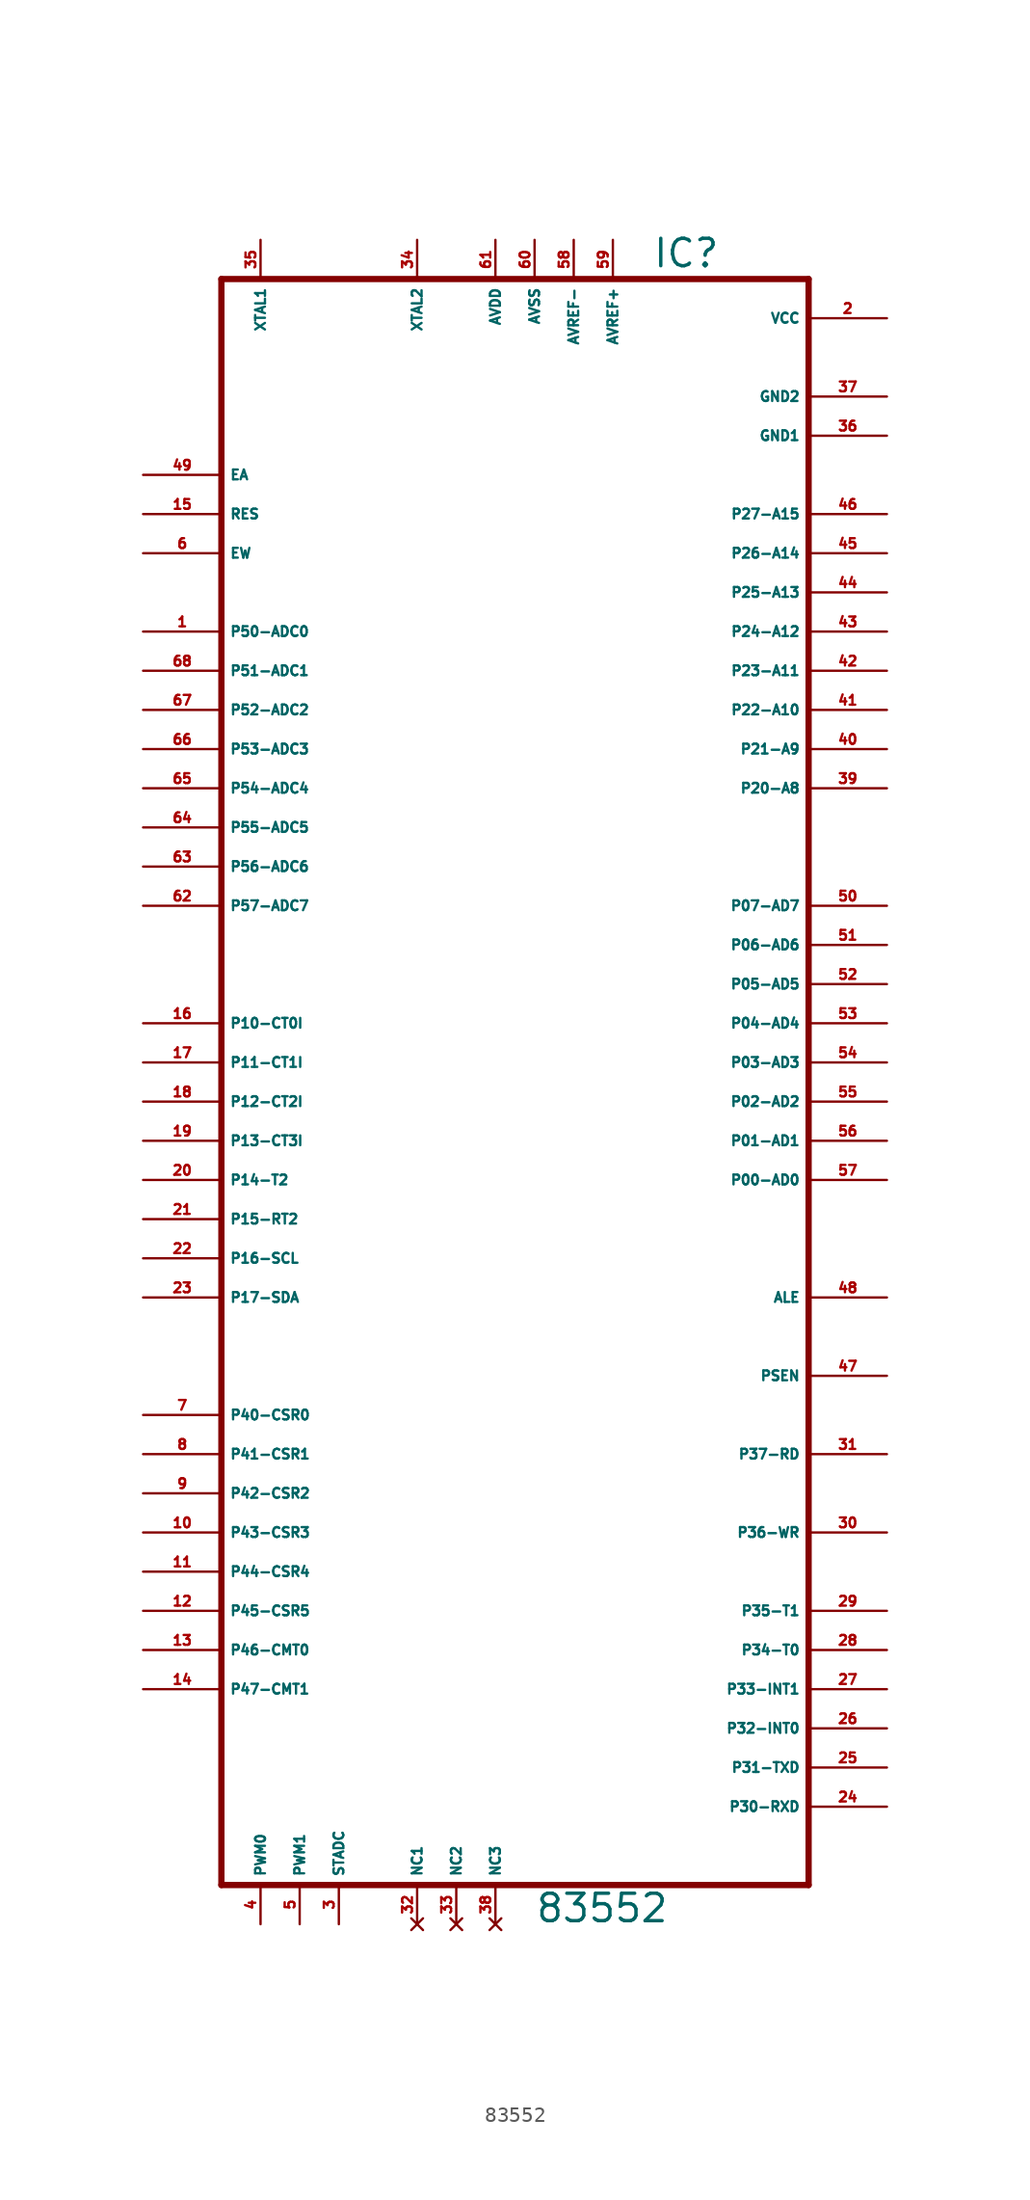
<source format=kicad_sym>
(kicad_symbol_lib
  (version 20220914)
  (generator Eagle2Kicad)
  (symbol "83552"
    (property "Reference" "IC"
      (at 10.16 48.895 0)
      (effects (font (size 1.778 1.778) (thickness 0.22)) (justify left bottom)))
    (property "Value" "83552"
      (at 2.54 -58.42 0)
      (effects (font (size 1.778 1.778) (thickness 0.22)) (justify left bottom)))
    (polyline
      (pts (xy 20.32 48.26) (xy 20.32 -55.88))
      (stroke (width 0.406) (type default))
      (fill (type none)))
    (polyline
      (pts (xy -17.78 -55.88) (xy 20.32 -55.88))
      (stroke (width 0.406) (type default))
      (fill (type none)))
    (polyline
      (pts (xy -17.78 -55.88) (xy -17.78 48.26))
      (stroke (width 0.406) (type default))
      (fill (type none)))
    (polyline
      (pts (xy 20.32 48.26) (xy -17.78 48.26))
      (stroke (width 0.406) (type default))
      (fill (type none)))
    (pin input line
      (at -5.08 50.8 270)
      (length 2.54)
      (name "XTAL2" (effects (font (size 0.635 0.635) (thickness 0.08)) (justify left bottom)))
      (number "34" (effects (font (size 0.635 0.635) (thickness 0.08)) (justify left bottom))))
    (pin input line
      (at -15.24 50.8 270)
      (length 2.54)
      (name "XTAL1" (effects (font (size 0.635 0.635) (thickness 0.08)) (justify left bottom)))
      (number "35" (effects (font (size 0.635 0.635) (thickness 0.08)) (justify left bottom))))
    (pin input line
      (at -22.86 35.56 0)
      (length 5.08)
      (name "EA" (effects (font (size 0.635 0.635) (thickness 0.08)) (justify left bottom)))
      (number "49" (effects (font (size 0.635 0.635) (thickness 0.08)) (justify left bottom))))
    (pin bidirectional line
      (at 25.4 33.02 180)
      (length 5.08)
      (name "P27-A15" (effects (font (size 0.635 0.635) (thickness 0.08)) (justify left bottom)))
      (number "46" (effects (font (size 0.635 0.635) (thickness 0.08)) (justify left bottom))))
    (pin bidirectional line
      (at 25.4 30.48 180)
      (length 5.08)
      (name "P26-A14" (effects (font (size 0.635 0.635) (thickness 0.08)) (justify left bottom)))
      (number "45" (effects (font (size 0.635 0.635) (thickness 0.08)) (justify left bottom))))
    (pin bidirectional line
      (at 25.4 27.94 180)
      (length 5.08)
      (name "P25-A13" (effects (font (size 0.635 0.635) (thickness 0.08)) (justify left bottom)))
      (number "44" (effects (font (size 0.635 0.635) (thickness 0.08)) (justify left bottom))))
    (pin bidirectional line
      (at 25.4 25.4 180)
      (length 5.08)
      (name "P24-A12" (effects (font (size 0.635 0.635) (thickness 0.08)) (justify left bottom)))
      (number "43" (effects (font (size 0.635 0.635) (thickness 0.08)) (justify left bottom))))
    (pin bidirectional line
      (at 25.4 22.86 180)
      (length 5.08)
      (name "P23-A11" (effects (font (size 0.635 0.635) (thickness 0.08)) (justify left bottom)))
      (number "42" (effects (font (size 0.635 0.635) (thickness 0.08)) (justify left bottom))))
    (pin bidirectional line
      (at 25.4 20.32 180)
      (length 5.08)
      (name "P22-A10" (effects (font (size 0.635 0.635) (thickness 0.08)) (justify left bottom)))
      (number "41" (effects (font (size 0.635 0.635) (thickness 0.08)) (justify left bottom))))
    (pin bidirectional line
      (at 25.4 17.78 180)
      (length 5.08)
      (name "P21-A9" (effects (font (size 0.635 0.635) (thickness 0.08)) (justify left bottom)))
      (number "40" (effects (font (size 0.635 0.635) (thickness 0.08)) (justify left bottom))))
    (pin bidirectional line
      (at 25.4 15.24 180)
      (length 5.08)
      (name "P20-A8" (effects (font (size 0.635 0.635) (thickness 0.08)) (justify left bottom)))
      (number "39" (effects (font (size 0.635 0.635) (thickness 0.08)) (justify left bottom))))
    (pin bidirectional line
      (at 25.4 7.62 180)
      (length 5.08)
      (name "P07-AD7" (effects (font (size 0.635 0.635) (thickness 0.08)) (justify left bottom)))
      (number "50" (effects (font (size 0.635 0.635) (thickness 0.08)) (justify left bottom))))
    (pin bidirectional line
      (at 25.4 5.08 180)
      (length 5.08)
      (name "P06-AD6" (effects (font (size 0.635 0.635) (thickness 0.08)) (justify left bottom)))
      (number "51" (effects (font (size 0.635 0.635) (thickness 0.08)) (justify left bottom))))
    (pin bidirectional line
      (at 25.4 2.54 180)
      (length 5.08)
      (name "P05-AD5" (effects (font (size 0.635 0.635) (thickness 0.08)) (justify left bottom)))
      (number "52" (effects (font (size 0.635 0.635) (thickness 0.08)) (justify left bottom))))
    (pin bidirectional line
      (at 25.4 0 180)
      (length 5.08)
      (name "P04-AD4" (effects (font (size 0.635 0.635) (thickness 0.08)) (justify left bottom)))
      (number "53" (effects (font (size 0.635 0.635) (thickness 0.08)) (justify left bottom))))
    (pin bidirectional line
      (at 25.4 -2.54 180)
      (length 5.08)
      (name "P03-AD3" (effects (font (size 0.635 0.635) (thickness 0.08)) (justify left bottom)))
      (number "54" (effects (font (size 0.635 0.635) (thickness 0.08)) (justify left bottom))))
    (pin bidirectional line
      (at 25.4 -5.08 180)
      (length 5.08)
      (name "P02-AD2" (effects (font (size 0.635 0.635) (thickness 0.08)) (justify left bottom)))
      (number "55" (effects (font (size 0.635 0.635) (thickness 0.08)) (justify left bottom))))
    (pin bidirectional line
      (at 25.4 -7.62 180)
      (length 5.08)
      (name "P01-AD1" (effects (font (size 0.635 0.635) (thickness 0.08)) (justify left bottom)))
      (number "56" (effects (font (size 0.635 0.635) (thickness 0.08)) (justify left bottom))))
    (pin bidirectional line
      (at 25.4 -10.16 180)
      (length 5.08)
      (name "P00-AD0" (effects (font (size 0.635 0.635) (thickness 0.08)) (justify left bottom)))
      (number "57" (effects (font (size 0.635 0.635) (thickness 0.08)) (justify left bottom))))
    (pin output line
      (at 25.4 -17.78 180)
      (length 5.08)
      (name "ALE" (effects (font (size 0.635 0.635) (thickness 0.08)) (justify left bottom)))
      (number "48" (effects (font (size 0.635 0.635) (thickness 0.08)) (justify left bottom))))
    (pin output line
      (at 25.4 -22.86 180)
      (length 5.08)
      (name "PSEN" (effects (font (size 0.635 0.635) (thickness 0.08)) (justify left bottom)))
      (number "47" (effects (font (size 0.635 0.635) (thickness 0.08)) (justify left bottom))))
    (pin bidirectional line
      (at 25.4 -27.94 180)
      (length 5.08)
      (name "P37-RD" (effects (font (size 0.635 0.635) (thickness 0.08)) (justify left bottom)))
      (number "31" (effects (font (size 0.635 0.635) (thickness 0.08)) (justify left bottom))))
    (pin bidirectional line
      (at 25.4 -33.02 180)
      (length 5.08)
      (name "P36-WR" (effects (font (size 0.635 0.635) (thickness 0.08)) (justify left bottom)))
      (number "30" (effects (font (size 0.635 0.635) (thickness 0.08)) (justify left bottom))))
    (pin unspecified line
      (at 25.4 40.64 180)
      (length 5.08)
      (name "GND2" (effects (font (size 0.635 0.635) (thickness 0.08)) (justify left bottom)))
      (number "37" (effects (font (size 0.635 0.635) (thickness 0.08)) (justify left bottom))))
    (pin unspecified line
      (at 25.4 38.1 180)
      (length 5.08)
      (name "GND1" (effects (font (size 0.635 0.635) (thickness 0.08)) (justify left bottom)))
      (number "36" (effects (font (size 0.635 0.635) (thickness 0.08)) (justify left bottom))))
    (pin bidirectional line
      (at -22.86 -2.54 0)
      (length 5.08)
      (name "P11-CT1I" (effects (font (size 0.635 0.635) (thickness 0.08)) (justify left bottom)))
      (number "17" (effects (font (size 0.635 0.635) (thickness 0.08)) (justify left bottom))))
    (pin bidirectional line
      (at -22.86 33.02 0)
      (length 5.08)
      (name "RES" (effects (font (size 0.635 0.635) (thickness 0.08)) (justify left bottom)))
      (number "15" (effects (font (size 0.635 0.635) (thickness 0.08)) (justify left bottom))))
    (pin bidirectional line
      (at -22.86 -7.62 0)
      (length 5.08)
      (name "P13-CT3I" (effects (font (size 0.635 0.635) (thickness 0.08)) (justify left bottom)))
      (number "19" (effects (font (size 0.635 0.635) (thickness 0.08)) (justify left bottom))))
    (pin bidirectional line
      (at -22.86 -10.16 0)
      (length 5.08)
      (name "P14-T2" (effects (font (size 0.635 0.635) (thickness 0.08)) (justify left bottom)))
      (number "20" (effects (font (size 0.635 0.635) (thickness 0.08)) (justify left bottom))))
    (pin bidirectional line
      (at -22.86 -12.7 0)
      (length 5.08)
      (name "P15-RT2" (effects (font (size 0.635 0.635) (thickness 0.08)) (justify left bottom)))
      (number "21" (effects (font (size 0.635 0.635) (thickness 0.08)) (justify left bottom))))
    (pin bidirectional line
      (at -22.86 -15.24 0)
      (length 5.08)
      (name "P16-SCL" (effects (font (size 0.635 0.635) (thickness 0.08)) (justify left bottom)))
      (number "22" (effects (font (size 0.635 0.635) (thickness 0.08)) (justify left bottom))))
    (pin bidirectional line
      (at -22.86 -17.78 0)
      (length 5.08)
      (name "P17-SDA" (effects (font (size 0.635 0.635) (thickness 0.08)) (justify left bottom)))
      (number "23" (effects (font (size 0.635 0.635) (thickness 0.08)) (justify left bottom))))
    (pin bidirectional line
      (at 25.4 -50.8 180)
      (length 5.08)
      (name "P30-RXD" (effects (font (size 0.635 0.635) (thickness 0.08)) (justify left bottom)))
      (number "24" (effects (font (size 0.635 0.635) (thickness 0.08)) (justify left bottom))))
    (pin bidirectional line
      (at 25.4 -48.26 180)
      (length 5.08)
      (name "P31-TXD" (effects (font (size 0.635 0.635) (thickness 0.08)) (justify left bottom)))
      (number "25" (effects (font (size 0.635 0.635) (thickness 0.08)) (justify left bottom))))
    (pin bidirectional line
      (at 25.4 -45.72 180)
      (length 5.08)
      (name "P32-INT0" (effects (font (size 0.635 0.635) (thickness 0.08)) (justify left bottom)))
      (number "26" (effects (font (size 0.635 0.635) (thickness 0.08)) (justify left bottom))))
    (pin bidirectional line
      (at 25.4 -43.18 180)
      (length 5.08)
      (name "P33-INT1" (effects (font (size 0.635 0.635) (thickness 0.08)) (justify left bottom)))
      (number "27" (effects (font (size 0.635 0.635) (thickness 0.08)) (justify left bottom))))
    (pin bidirectional line
      (at 25.4 -40.64 180)
      (length 5.08)
      (name "P34-T0" (effects (font (size 0.635 0.635) (thickness 0.08)) (justify left bottom)))
      (number "28" (effects (font (size 0.635 0.635) (thickness 0.08)) (justify left bottom))))
    (pin bidirectional line
      (at 25.4 -38.1 180)
      (length 5.08)
      (name "P35-T1" (effects (font (size 0.635 0.635) (thickness 0.08)) (justify left bottom)))
      (number "29" (effects (font (size 0.635 0.635) (thickness 0.08)) (justify left bottom))))
    (pin bidirectional line
      (at -22.86 -5.08 0)
      (length 5.08)
      (name "P12-CT2I" (effects (font (size 0.635 0.635) (thickness 0.08)) (justify left bottom)))
      (number "18" (effects (font (size 0.635 0.635) (thickness 0.08)) (justify left bottom))))
    (pin bidirectional line
      (at -22.86 0 0)
      (length 5.08)
      (name "P10-CT0I" (effects (font (size 0.635 0.635) (thickness 0.08)) (justify left bottom)))
      (number "16" (effects (font (size 0.635 0.635) (thickness 0.08)) (justify left bottom))))
    (pin input line
      (at -10.16 -58.42 90)
      (length 2.54)
      (name "STADC" (effects (font (size 0.635 0.635) (thickness 0.08)) (justify left bottom)))
      (number "3" (effects (font (size 0.635 0.635) (thickness 0.08)) (justify left bottom))))
    (pin output line
      (at -12.7 -58.42 90)
      (length 2.54)
      (name "PWM1" (effects (font (size 0.635 0.635) (thickness 0.08)) (justify left bottom)))
      (number "5" (effects (font (size 0.635 0.635) (thickness 0.08)) (justify left bottom))))
    (pin output line
      (at -15.24 -58.42 90)
      (length 2.54)
      (name "PWM0" (effects (font (size 0.635 0.635) (thickness 0.08)) (justify left bottom)))
      (number "4" (effects (font (size 0.635 0.635) (thickness 0.08)) (justify left bottom))))
    (pin input line
      (at -22.86 25.4 0)
      (length 5.08)
      (name "P50-ADC0" (effects (font (size 0.635 0.635) (thickness 0.08)) (justify left bottom)))
      (number "1" (effects (font (size 0.635 0.635) (thickness 0.08)) (justify left bottom))))
    (pin input line
      (at -22.86 22.86 0)
      (length 5.08)
      (name "P51-ADC1" (effects (font (size 0.635 0.635) (thickness 0.08)) (justify left bottom)))
      (number "68" (effects (font (size 0.635 0.635) (thickness 0.08)) (justify left bottom))))
    (pin input line
      (at -22.86 20.32 0)
      (length 5.08)
      (name "P52-ADC2" (effects (font (size 0.635 0.635) (thickness 0.08)) (justify left bottom)))
      (number "67" (effects (font (size 0.635 0.635) (thickness 0.08)) (justify left bottom))))
    (pin input line
      (at -22.86 17.78 0)
      (length 5.08)
      (name "P53-ADC3" (effects (font (size 0.635 0.635) (thickness 0.08)) (justify left bottom)))
      (number "66" (effects (font (size 0.635 0.635) (thickness 0.08)) (justify left bottom))))
    (pin input line
      (at -22.86 15.24 0)
      (length 5.08)
      (name "P54-ADC4" (effects (font (size 0.635 0.635) (thickness 0.08)) (justify left bottom)))
      (number "65" (effects (font (size 0.635 0.635) (thickness 0.08)) (justify left bottom))))
    (pin input line
      (at -22.86 12.7 0)
      (length 5.08)
      (name "P55-ADC5" (effects (font (size 0.635 0.635) (thickness 0.08)) (justify left bottom)))
      (number "64" (effects (font (size 0.635 0.635) (thickness 0.08)) (justify left bottom))))
    (pin input line
      (at -22.86 10.16 0)
      (length 5.08)
      (name "P56-ADC6" (effects (font (size 0.635 0.635) (thickness 0.08)) (justify left bottom)))
      (number "63" (effects (font (size 0.635 0.635) (thickness 0.08)) (justify left bottom))))
    (pin input line
      (at -22.86 7.62 0)
      (length 5.08)
      (name "P57-ADC7" (effects (font (size 0.635 0.635) (thickness 0.08)) (justify left bottom)))
      (number "62" (effects (font (size 0.635 0.635) (thickness 0.08)) (justify left bottom))))
    (pin bidirectional line
      (at -22.86 -25.4 0)
      (length 5.08)
      (name "P40-CSR0" (effects (font (size 0.635 0.635) (thickness 0.08)) (justify left bottom)))
      (number "7" (effects (font (size 0.635 0.635) (thickness 0.08)) (justify left bottom))))
    (pin bidirectional line
      (at -22.86 -27.94 0)
      (length 5.08)
      (name "P41-CSR1" (effects (font (size 0.635 0.635) (thickness 0.08)) (justify left bottom)))
      (number "8" (effects (font (size 0.635 0.635) (thickness 0.08)) (justify left bottom))))
    (pin bidirectional line
      (at -22.86 -30.48 0)
      (length 5.08)
      (name "P42-CSR2" (effects (font (size 0.635 0.635) (thickness 0.08)) (justify left bottom)))
      (number "9" (effects (font (size 0.635 0.635) (thickness 0.08)) (justify left bottom))))
    (pin bidirectional line
      (at -22.86 -33.02 0)
      (length 5.08)
      (name "P43-CSR3" (effects (font (size 0.635 0.635) (thickness 0.08)) (justify left bottom)))
      (number "10" (effects (font (size 0.635 0.635) (thickness 0.08)) (justify left bottom))))
    (pin bidirectional line
      (at -22.86 -35.56 0)
      (length 5.08)
      (name "P44-CSR4" (effects (font (size 0.635 0.635) (thickness 0.08)) (justify left bottom)))
      (number "11" (effects (font (size 0.635 0.635) (thickness 0.08)) (justify left bottom))))
    (pin bidirectional line
      (at -22.86 -38.1 0)
      (length 5.08)
      (name "P45-CSR5" (effects (font (size 0.635 0.635) (thickness 0.08)) (justify left bottom)))
      (number "12" (effects (font (size 0.635 0.635) (thickness 0.08)) (justify left bottom))))
    (pin bidirectional line
      (at -22.86 -40.64 0)
      (length 5.08)
      (name "P46-CMT0" (effects (font (size 0.635 0.635) (thickness 0.08)) (justify left bottom)))
      (number "13" (effects (font (size 0.635 0.635) (thickness 0.08)) (justify left bottom))))
    (pin bidirectional line
      (at -22.86 -43.18 0)
      (length 5.08)
      (name "P47-CMT1" (effects (font (size 0.635 0.635) (thickness 0.08)) (justify left bottom)))
      (number "14" (effects (font (size 0.635 0.635) (thickness 0.08)) (justify left bottom))))
    (pin input line
      (at -22.86 30.48 0)
      (length 5.08)
      (name "EW" (effects (font (size 0.635 0.635) (thickness 0.08)) (justify left bottom)))
      (number "6" (effects (font (size 0.635 0.635) (thickness 0.08)) (justify left bottom))))
    (pin unspecified line
      (at 2.54 50.8 270)
      (length 2.54)
      (name "AVSS" (effects (font (size 0.635 0.635) (thickness 0.08)) (justify left bottom)))
      (number "60" (effects (font (size 0.635 0.635) (thickness 0.08)) (justify left bottom))))
    (pin unspecified line
      (at 0 50.8 270)
      (length 2.54)
      (name "AVDD" (effects (font (size 0.635 0.635) (thickness 0.08)) (justify left bottom)))
      (number "61" (effects (font (size 0.635 0.635) (thickness 0.08)) (justify left bottom))))
    (pin unspecified line
      (at 25.4 45.72 180)
      (length 5.08)
      (name "VCC" (effects (font (size 0.635 0.635) (thickness 0.08)) (justify left bottom)))
      (number "2" (effects (font (size 0.635 0.635) (thickness 0.08)) (justify left bottom))))
    (pin unspecified line
      (at 7.62 50.8 270)
      (length 2.54)
      (name "AVREF+" (effects (font (size 0.635 0.635) (thickness 0.08)) (justify left bottom)))
      (number "59" (effects (font (size 0.635 0.635) (thickness 0.08)) (justify left bottom))))
    (pin unspecified line
      (at 5.08 50.8 270)
      (length 2.54)
      (name "AVREF-" (effects (font (size 0.635 0.635) (thickness 0.08)) (justify left bottom)))
      (number "58" (effects (font (size 0.635 0.635) (thickness 0.08)) (justify left bottom))))
    (pin no_connect line
      (at -5.08 -58.42 90)
      (length 2.54)
      (name "NC1" (effects (font (size 0.635 0.635) (thickness 0.08)) (justify left bottom) hide))
      (number "32" (effects (font (size 0.635 0.635) (thickness 0.08)) (justify left bottom) hide)))
    (pin no_connect line
      (at -2.54 -58.42 90)
      (length 2.54)
      (name "NC2" (effects (font (size 0.635 0.635) (thickness 0.08)) (justify left bottom) hide))
      (number "33" (effects (font (size 0.635 0.635) (thickness 0.08)) (justify left bottom) hide)))
    (pin no_connect line
      (at 0 -58.42 90)
      (length 2.54)
      (name "NC3" (effects (font (size 0.635 0.635) (thickness 0.08)) (justify left bottom) hide))
      (number "38" (effects (font (size 0.635 0.635) (thickness 0.08)) (justify left bottom) hide)))))
</source>
